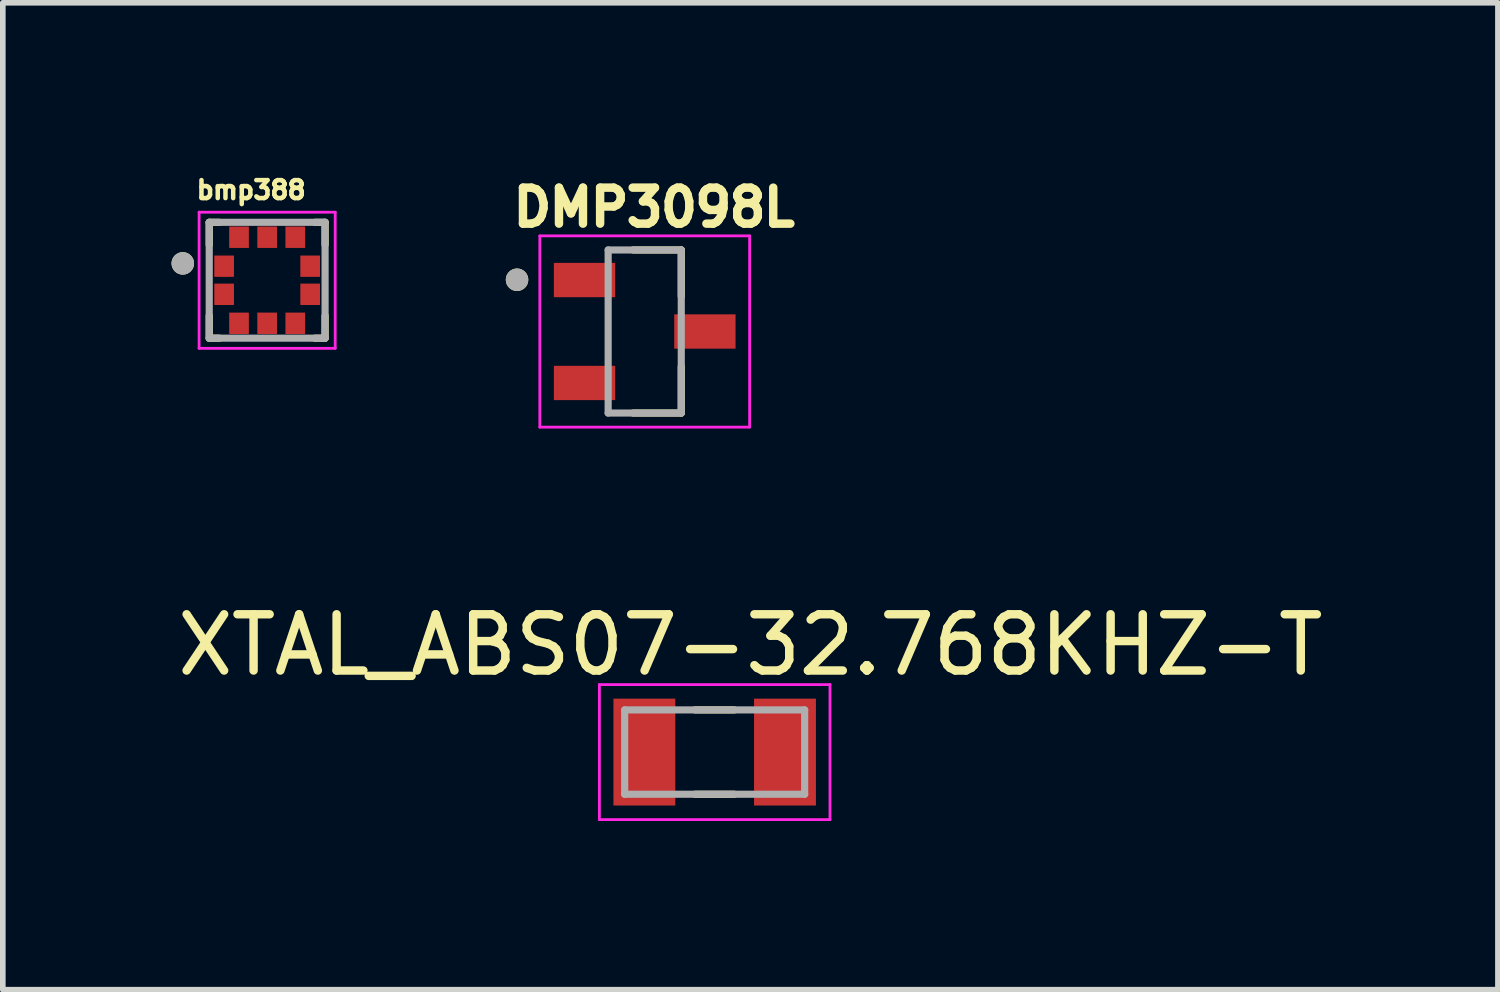
<source format=kicad_pcb>
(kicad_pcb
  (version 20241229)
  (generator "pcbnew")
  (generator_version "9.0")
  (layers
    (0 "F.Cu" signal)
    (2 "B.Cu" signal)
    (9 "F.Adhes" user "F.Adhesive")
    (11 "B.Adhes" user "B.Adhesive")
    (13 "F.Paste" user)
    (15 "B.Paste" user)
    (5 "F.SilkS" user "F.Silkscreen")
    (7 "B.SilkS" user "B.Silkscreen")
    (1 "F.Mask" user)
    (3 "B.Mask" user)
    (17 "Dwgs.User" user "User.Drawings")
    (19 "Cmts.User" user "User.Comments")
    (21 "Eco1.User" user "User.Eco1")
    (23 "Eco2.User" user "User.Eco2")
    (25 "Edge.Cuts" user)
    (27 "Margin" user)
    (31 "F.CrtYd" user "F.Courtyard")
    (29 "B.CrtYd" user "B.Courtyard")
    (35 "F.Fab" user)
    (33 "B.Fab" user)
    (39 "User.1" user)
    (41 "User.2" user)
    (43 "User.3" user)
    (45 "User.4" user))
  (footprint "XTAL_ABS07-32.768KHZ-T"
    (layer "F.Cu")
    (at 9.657 10.322)
    (property "Reference" "XTAL_ABS07-32.768KHZ-T" (at 0.635 -1.905 0) (layer "F.SilkS") (effects (font (size 1 1) (thickness 0.15))))
    (attr through_hole)
    (fp_line (start -0.35 -0.75) (end 0.35 -0.75) (stroke (width 0.127) (type solid)) (layer "F.SilkS"))
    (fp_line (start -0.35 0.75) (end 0.35 0.75) (stroke (width 0.127) (type solid)) (layer "F.SilkS"))
    (fp_line (start -2.05 -1.2) (end 2.05 -1.2) (stroke (width 0.05) (type solid)) (layer "F.CrtYd"))
    (fp_line (start -2.05 1.2) (end -2.05 -1.2) (stroke (width 0.05) (type solid)) (layer "F.CrtYd"))
    (fp_line (start 2.05 -1.2) (end 2.05 1.2) (stroke (width 0.05) (type solid)) (layer "F.CrtYd"))
    (fp_line (start 2.05 1.2) (end -2.05 1.2) (stroke (width 0.05) (type solid)) (layer "F.CrtYd"))
    (fp_line (start -1.6 -0.75) (end 1.6 -0.75) (stroke (width 0.127) (type solid)) (layer "F.Fab"))
    (fp_line (start -1.6 0.75) (end -1.6 -0.75) (stroke (width 0.127) (type solid)) (layer "F.Fab"))
    (fp_line (start 1.6 -0.75) (end 1.6 0.75) (stroke (width 0.127) (type solid)) (layer "F.Fab"))
    (fp_line (start 1.6 0.75) (end -1.6 0.75) (stroke (width 0.127) (type solid)) (layer "F.Fab"))
    (pad "1" smd rect (at -1.25 0) (size 1.1 1.9) (layers "F.Cu" "F.Mask" "F.Paste"))
    (pad "2" smd rect (at 1.25 0) (size 1.1 1.9) (layers "F.Cu" "F.Mask" "F.Paste")))
  (footprint "DMP3098L"
    (layer "F.Cu")
    (at 8.413 2.844)
    (property "Reference" "DMP3098L" (at 0.167 -2.206 0) (layer "F.SilkS") (effects (font (size 0.64 0.64) (thickness 0.15))))
    (attr through_hole)
    (fp_line (start -0.205 1.45) (end 0.65 1.45) (stroke (width 0.127) (type solid)) (layer "F.SilkS"))
    (fp_line (start 0.65 -1.45) (end -0.205 -1.45) (stroke (width 0.127) (type solid)) (layer "F.SilkS"))
    (fp_line (start 0.65 -0.625) (end 0.65 -1.45) (stroke (width 0.127) (type solid)) (layer "F.SilkS"))
    (fp_line (start 0.65 1.45) (end 0.65 0.625) (stroke (width 0.127) (type solid)) (layer "F.SilkS"))
    (fp_circle (center -2.27 -0.92) (end -2.17 -0.92) (stroke (width 0.2) (type solid)) (fill no) (layer "F.SilkS"))
    (fp_line (start -1.865 -1.7) (end -1.865 1.7) (stroke (width 0.05) (type solid)) (layer "F.CrtYd"))
    (fp_line (start -1.865 1.7) (end 1.865 1.7) (stroke (width 0.05) (type solid)) (layer "F.CrtYd"))
    (fp_line (start 1.865 -1.7) (end -1.865 -1.7) (stroke (width 0.05) (type solid)) (layer "F.CrtYd"))
    (fp_line (start 1.865 1.7) (end 1.865 -1.7) (stroke (width 0.05) (type solid)) (layer "F.CrtYd"))
    (fp_line (start -0.65 -1.45) (end -0.65 1.45) (stroke (width 0.127) (type solid)) (layer "F.Fab"))
    (fp_line (start -0.65 1.45) (end 0.65 1.45) (stroke (width 0.127) (type solid)) (layer "F.Fab"))
    (fp_line (start 0.65 -1.45) (end -0.65 -1.45) (stroke (width 0.127) (type solid)) (layer "F.Fab"))
    (fp_line (start 0.65 1.45) (end 0.65 -1.45) (stroke (width 0.127) (type solid)) (layer "F.Fab"))
    (fp_circle (center -2.27 -0.92) (end -2.17 -0.92) (stroke (width 0.2) (type solid)) (fill no) (layer "F.Fab"))
    (pad "1" smd rect (at -1.07 -0.915) (size 1.09 0.61) (layers "F.Cu" "F.Mask" "F.Paste"))
    (pad "2" smd rect (at -1.07 0.915) (size 1.09 0.61) (layers "F.Cu" "F.Mask" "F.Paste"))
    (pad "3" smd rect (at 1.07 0) (size 1.09 0.61) (layers "F.Cu" "F.Mask" "F.Paste")))
  (footprint "bmp388"
    (layer "F.Cu")
    (at 1.7 1.933)
    (property "Reference" "bmp388" (at -0.284 -1.605 0) (layer "F.SilkS") (effects (font (size 0.32 0.32) (thickness 0.15))))
    (attr through_hole)
    (fp_line (start -1.03 -1.03) (end -0.85 -1.03) (stroke (width 0.127) (type solid)) (layer "F.SilkS"))
    (fp_line (start -1.03 -0.63) (end -1.03 -1.03) (stroke (width 0.127) (type solid)) (layer "F.SilkS"))
    (fp_line (start -1.03 1.03) (end -1.03 0.63) (stroke (width 0.127) (type solid)) (layer "F.SilkS"))
    (fp_line (start -0.85 1.03) (end -1.03 1.03) (stroke (width 0.127) (type solid)) (layer "F.SilkS"))
    (fp_line (start 0.85 -1.03) (end 1.03 -1.03) (stroke (width 0.127) (type solid)) (layer "F.SilkS"))
    (fp_line (start 0.85 1.03) (end 1.03 1.03) (stroke (width 0.127) (type solid)) (layer "F.SilkS"))
    (fp_line (start 1.03 -1.03) (end 1.03 -0.63) (stroke (width 0.127) (type solid)) (layer "F.SilkS"))
    (fp_line (start 1.03 1.03) (end 1.03 0.63) (stroke (width 0.127) (type solid)) (layer "F.SilkS"))
    (fp_circle (center -1.5 -0.3) (end -1.4 -0.3) (stroke (width 0.2) (type solid)) (fill no) (layer "F.SilkS"))
    (fp_line (start -1.21 -1.21) (end 1.21 -1.21) (stroke (width 0.05) (type solid)) (layer "F.CrtYd"))
    (fp_line (start -1.21 1.21) (end -1.21 -1.21) (stroke (width 0.05) (type solid)) (layer "F.CrtYd"))
    (fp_line (start 1.21 -1.21) (end 1.21 1.21) (stroke (width 0.05) (type solid)) (layer "F.CrtYd"))
    (fp_line (start 1.21 1.21) (end -1.21 1.21) (stroke (width 0.05) (type solid)) (layer "F.CrtYd"))
    (fp_line (start -1.03 -1.03) (end 1.03 -1.03) (stroke (width 0.127) (type solid)) (layer "F.Fab"))
    (fp_line (start -1.03 1.03) (end -1.03 -1.03) (stroke (width 0.127) (type solid)) (layer "F.Fab"))
    (fp_line (start 1.03 -1.03) (end 1.03 1.03) (stroke (width 0.127) (type solid)) (layer "F.Fab"))
    (fp_line (start 1.03 1.03) (end -1.03 1.03) (stroke (width 0.127) (type solid)) (layer "F.Fab"))
    (fp_circle (center -1.5 -0.3) (end -1.4 -0.3) (stroke (width 0.2) (type solid)) (fill no) (layer "F.Fab"))
    (pad "1" smd roundrect (at -0.765 -0.25 90) (size 0.38 0.35) (layers "F.Cu" "F.Mask" "F.Paste") (roundrect_rratio 0.02))
    (pad "2" smd roundrect (at -0.765 0.25 90) (size 0.38 0.35) (layers "F.Cu" "F.Mask" "F.Paste") (roundrect_rratio 0.02))
    (pad "3" smd roundrect (at -0.5 0.765 90) (size 0.38 0.35) (layers "F.Cu" "F.Mask" "F.Paste") (roundrect_rratio 0.02))
    (pad "4" smd roundrect (at 0 0.765 90) (size 0.38 0.35) (layers "F.Cu" "F.Mask" "F.Paste") (roundrect_rratio 0.02))
    (pad "5" smd roundrect (at 0.5 0.765 90) (size 0.38 0.35) (layers "F.Cu" "F.Mask" "F.Paste") (roundrect_rratio 0.02))
    (pad "6" smd roundrect (at 0.765 0.25 90) (size 0.38 0.35) (layers "F.Cu" "F.Mask" "F.Paste") (roundrect_rratio 0.02))
    (pad "7" smd roundrect (at 0.765 -0.25 90) (size 0.38 0.35) (layers "F.Cu" "F.Mask" "F.Paste") (roundrect_rratio 0.02))
    (pad "8" smd roundrect (at 0.5 -0.765 90) (size 0.38 0.35) (layers "F.Cu" "F.Mask" "F.Paste") (roundrect_rratio 0.02))
    (pad "9" smd roundrect (at 0 -0.765 90) (size 0.38 0.35) (layers "F.Cu" "F.Mask" "F.Paste") (roundrect_rratio 0.02))
    (pad "10" smd roundrect (at -0.5 -0.765 90) (size 0.38 0.35) (layers "F.Cu" "F.Mask" "F.Paste") (roundrect_rratio 0.02)))
  (gr_rect
    (start -3 -3)
    (end 23.583 14.547)
    (stroke (width 0.1) (type default))
    (fill no)
    (layer "Edge.Cuts")))
</source>
